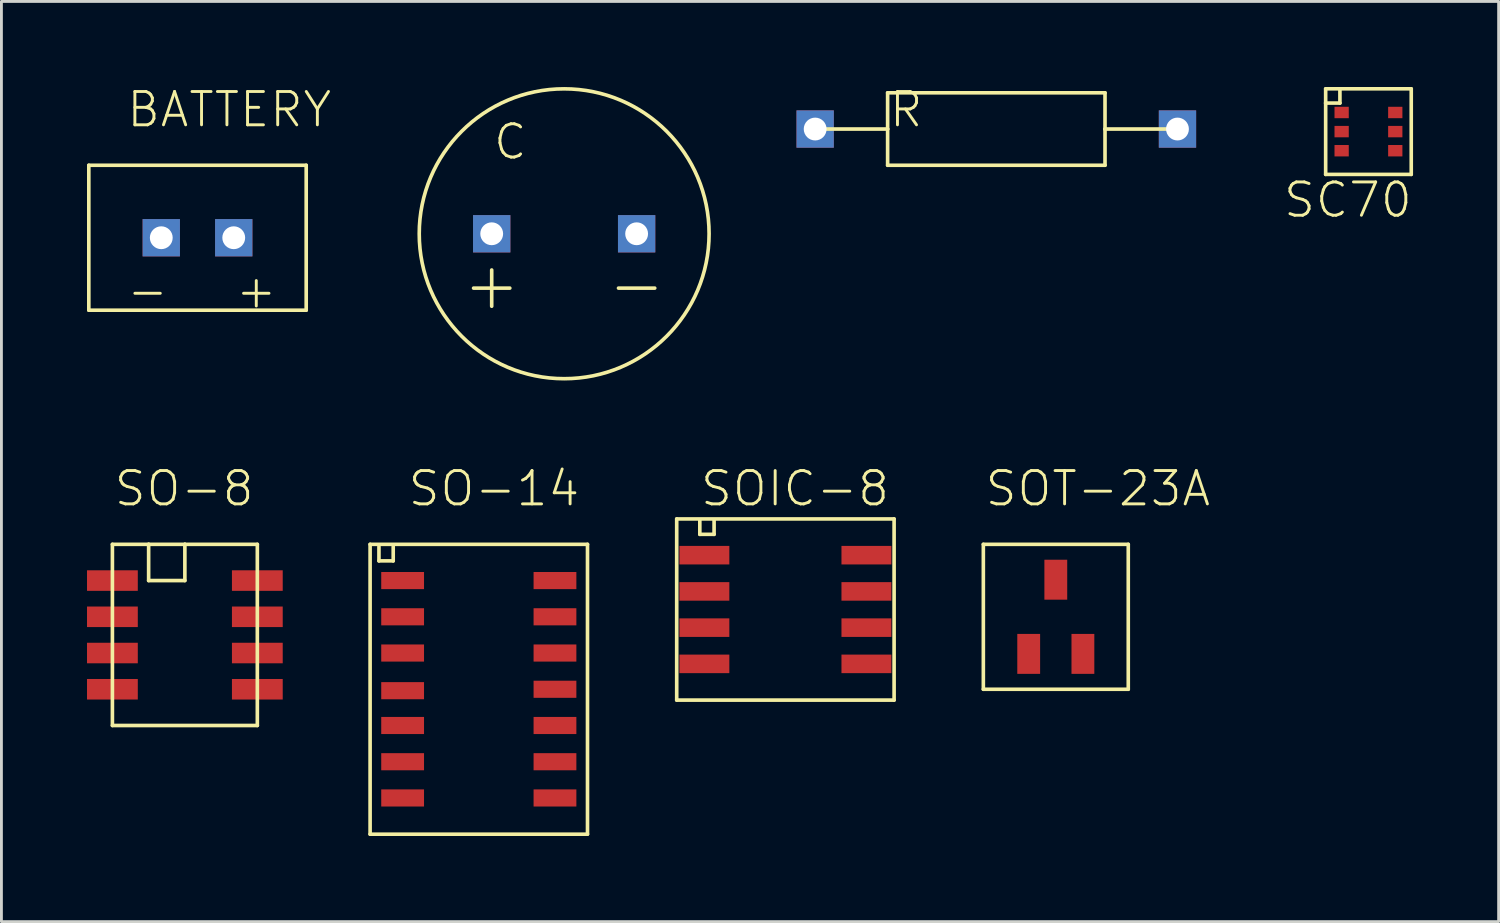
<source format=kicad_pcb>
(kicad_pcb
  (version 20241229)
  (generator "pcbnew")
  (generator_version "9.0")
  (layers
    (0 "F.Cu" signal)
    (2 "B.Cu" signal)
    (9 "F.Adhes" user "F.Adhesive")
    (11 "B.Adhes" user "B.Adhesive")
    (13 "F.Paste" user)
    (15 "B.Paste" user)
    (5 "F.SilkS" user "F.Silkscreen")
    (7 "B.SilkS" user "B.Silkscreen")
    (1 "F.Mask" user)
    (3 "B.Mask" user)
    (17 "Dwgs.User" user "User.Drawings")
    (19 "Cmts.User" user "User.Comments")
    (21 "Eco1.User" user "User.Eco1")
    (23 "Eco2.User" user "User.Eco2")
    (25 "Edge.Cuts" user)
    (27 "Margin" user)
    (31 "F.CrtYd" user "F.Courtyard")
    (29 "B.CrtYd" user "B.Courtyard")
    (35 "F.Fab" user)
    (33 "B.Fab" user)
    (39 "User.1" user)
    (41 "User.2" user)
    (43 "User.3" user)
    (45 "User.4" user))
  (footprint "SOIC-8"
    (layer "F.Cu")
    (at 24.48 17.68)
    (property "Reference" "SOIC-8" (at -3.04 -2.92 0) (layer "F.SilkS") (effects (font (size 1.168 1.168) (thickness 0.102)) (justify left bottom)))
    (fp_line (start -3.81 -2.54) (end -3.81 3.81) (stroke (width 0.127) (type solid)) (layer "F.SilkS"))
    (fp_line (start -3.81 3.81) (end 3.81 3.81) (stroke (width 0.127) (type solid)) (layer "F.SilkS"))
    (fp_line (start -3 -2.5) (end -3 -2) (stroke (width 0.127) (type solid)) (layer "F.SilkS"))
    (fp_line (start -3 -2) (end -2.5 -2) (stroke (width 0.127) (type solid)) (layer "F.SilkS"))
    (fp_line (start -2.5 -2) (end -2.5 -2.5) (stroke (width 0.127) (type solid)) (layer "F.SilkS"))
    (fp_line (start 3.81 -2.54) (end -3.81 -2.54) (stroke (width 0.127) (type solid)) (layer "F.SilkS"))
    (fp_line (start 3.81 3.81) (end 3.81 -2.54) (stroke (width 0.127) (type solid)) (layer "F.SilkS"))
    (pad "P_1" smd rect (at -2.84 -1.27) (size 1.75 0.65) (layers "F.Cu" "F.Mask" "F.Paste"))
    (pad "P_2" smd rect (at -2.84 0) (size 1.75 0.65) (layers "F.Cu" "F.Mask" "F.Paste"))
    (pad "P_3" smd rect (at -2.84 1.27) (size 1.75 0.65) (layers "F.Cu" "F.Mask" "F.Paste"))
    (pad "P_4" smd rect (at -2.84 2.54) (size 1.75 0.65) (layers "F.Cu" "F.Mask" "F.Paste"))
    (pad "P_5" smd rect (at 2.84 2.54) (size 1.75 0.65) (layers "F.Cu" "F.Mask" "F.Paste"))
    (pad "P_6" smd rect (at 2.84 1.27) (size 1.75 0.65) (layers "F.Cu" "F.Mask" "F.Paste"))
    (pad "P_7" smd rect (at 2.84 0) (size 1.75 0.65) (layers "F.Cu" "F.Mask" "F.Paste"))
    (pad "P_8" smd rect (at 2.84 -1.27) (size 1.75 0.65) (layers "F.Cu" "F.Mask" "F.Paste")))
  (footprint "R"
    (layer "F.Cu")
    (at 31.873 1.473)
    (property "Reference" "R" (at -3.81 0 0) (layer "F.SilkS") (effects (font (size 1.168 1.168) (thickness 0.102)) (justify left bottom)))
    (fp_line (start -6.35 0) (end -3.81 0) (stroke (width 0.127) (type solid)) (layer "F.SilkS"))
    (fp_line (start -3.81 -1.27) (end -3.81 0) (stroke (width 0.127) (type solid)) (layer "F.SilkS"))
    (fp_line (start -3.81 0) (end -3.81 1.27) (stroke (width 0.127) (type solid)) (layer "F.SilkS"))
    (fp_line (start -3.81 1.27) (end 3.81 1.27) (stroke (width 0.127) (type solid)) (layer "F.SilkS"))
    (fp_line (start 3.81 -1.27) (end -3.81 -1.27) (stroke (width 0.127) (type solid)) (layer "F.SilkS"))
    (fp_line (start 3.81 -1.27) (end 3.81 0) (stroke (width 0.127) (type solid)) (layer "F.SilkS"))
    (fp_line (start 3.81 0) (end 6.35 0) (stroke (width 0.127) (type solid)) (layer "F.SilkS"))
    (fp_line (start 3.81 1.27) (end 3.81 0) (stroke (width 0.127) (type solid)) (layer "F.SilkS"))
    (pad "P$1" thru_hole rect (at -6.35 0) (size 1.308 1.308) (drill 0.8) (layers "*.Cu" "*.Mask"))
    (pad "P$2" thru_hole rect (at 6.35 0) (size 1.308 1.308) (drill 0.8) (layers "*.Cu" "*.Mask")))
  (footprint "C"
    (layer "F.Cu")
    (at 16.725 5.144)
    (property "Reference" "C" (at -2.54 -2.54 0) (layer "F.SilkS") (effects (font (size 1.168 1.168) (thickness 0.102)) (justify left bottom)))
    (fp_line (start -3.175 1.905) (end -1.905 1.905) (stroke (width 0.127) (type solid)) (layer "F.SilkS"))
    (fp_line (start -2.54 1.27) (end -2.54 2.54) (stroke (width 0.127) (type solid)) (layer "F.SilkS"))
    (fp_line (start 1.905 1.905) (end 3.175 1.905) (stroke (width 0.127) (type solid)) (layer "F.SilkS"))
    (fp_circle (center 0 0) (end 5.08 0) (stroke (width 0.127) (type solid)) (fill no) (layer "F.SilkS"))
    (pad "PIN_GND" thru_hole rect (at 2.54 0) (size 1.308 1.308) (drill 0.8) (layers "*.Cu" "*.Mask"))
    (pad "PIN_PLUS" thru_hole rect (at -2.54 0) (size 1.308 1.308) (drill 0.8) (layers "*.Cu" "*.Mask")))
  (footprint "SC70"
    (layer "F.Cu")
    (at 44.917 1.563)
    (property "Reference" "SC70" (at -3.04 3.08 0) (layer "F.SilkS") (effects (font (size 1.168 1.168) (thickness 0.102)) (justify left bottom)))
    (fp_line (start -1.5 -1.5) (end -1.5 -1) (stroke (width 0.127) (type solid)) (layer "F.SilkS"))
    (fp_line (start -1.5 -1.5) (end -1 -1.5) (stroke (width 0.127) (type solid)) (layer "F.SilkS"))
    (fp_line (start -1.5 -1) (end -1.5 1.5) (stroke (width 0.127) (type solid)) (layer "F.SilkS"))
    (fp_line (start -1.5 1.5) (end 1.5 1.5) (stroke (width 0.127) (type solid)) (layer "F.SilkS"))
    (fp_line (start -1 -1.5) (end -1 -1) (stroke (width 0.127) (type solid)) (layer "F.SilkS"))
    (fp_line (start -1 -1) (end -1.5 -1) (stroke (width 0.127) (type solid)) (layer "F.SilkS"))
    (fp_line (start 1.5 -1.5) (end -1 -1.5) (stroke (width 0.127) (type solid)) (layer "F.SilkS"))
    (fp_line (start 1.5 1.5) (end 1.5 -1.5) (stroke (width 0.127) (type solid)) (layer "F.SilkS"))
    (pad "P1" smd rect (at -0.94 -0.67) (size 0.5 0.4) (layers "F.Cu" "F.Mask" "F.Paste"))
    (pad "P2" smd rect (at -0.94 0) (size 0.5 0.4) (layers "F.Cu" "F.Mask" "F.Paste"))
    (pad "P3" smd rect (at -0.94 0.67) (size 0.5 0.4) (layers "F.Cu" "F.Mask" "F.Paste"))
    (pad "P4" smd rect (at 0.94 0.67) (size 0.5 0.4) (layers "F.Cu" "F.Mask" "F.Paste"))
    (pad "P5" smd rect (at 0.94 0) (size 0.5 0.4) (layers "F.Cu" "F.Mask" "F.Paste"))
    (pad "P6" smd rect (at 0.94 -0.67) (size 0.5 0.4) (layers "F.Cu" "F.Mask" "F.Paste")))
  (footprint "BATTERY"
    (layer "F.Cu")
    (at 3.873 5.283)
    (property "Reference" "BATTERY" (at -2.54 -3.81 0) (layer "F.SilkS") (effects (font (size 1.168 1.168) (thickness 0.102)) (justify left bottom)))
    (fp_line (start -3.81 -2.54) (end -3.81 2.54) (stroke (width 0.127) (type solid)) (layer "F.SilkS"))
    (fp_line (start -3.81 2.54) (end 3.81 2.54) (stroke (width 0.127) (type solid)) (layer "F.SilkS"))
    (fp_line (start 3.81 -2.54) (end -3.81 -2.54) (stroke (width 0.127) (type solid)) (layer "F.SilkS"))
    (fp_line (start 3.81 2.54) (end 3.81 -2.54) (stroke (width 0.127) (type solid)) (layer "F.SilkS"))
    (fp_text user "+" (at 1.27 2.54 0) (layer "F.SilkS") (effects (font (size 1.168 1.168) (thickness 0.102)) (justify left bottom)))
    (fp_text user "-" (at -2.54 2.54 0) (layer "F.SilkS") (effects (font (size 1.168 1.168) (thickness 0.102)) (justify left bottom)))
    (pad "MINUS" thru_hole rect (at -1.27 0) (size 1.308 1.308) (drill 0.8) (layers "*.Cu" "*.Mask"))
    (pad "PLUS" thru_hole rect (at 1.27 0) (size 1.308 1.308) (drill 0.8) (layers "*.Cu" "*.Mask")))
  (footprint "SO-14"
    (layer "F.Cu")
    (at 13.733 21.11)
    (property "Reference" "SO-14" (at -2.54 -6.35 0) (layer "F.SilkS") (effects (font (size 1.168 1.168) (thickness 0.102)) (justify left bottom)))
    (fp_line (start -3.81 -5.08) (end -3.81 5.08) (stroke (width 0.127) (type solid)) (layer "F.SilkS"))
    (fp_line (start -3.81 5.08) (end 3.81 5.08) (stroke (width 0.127) (type solid)) (layer "F.SilkS"))
    (fp_line (start -3.5 -5) (end -3.5 -4.5) (stroke (width 0.127) (type solid)) (layer "F.SilkS"))
    (fp_line (start -3.5 -4.5) (end -3 -4.5) (stroke (width 0.127) (type solid)) (layer "F.SilkS"))
    (fp_line (start -3 -4.5) (end -3 -5) (stroke (width 0.127) (type solid)) (layer "F.SilkS"))
    (fp_line (start 3.81 -5.08) (end -3.81 -5.08) (stroke (width 0.127) (type solid)) (layer "F.SilkS"))
    (fp_line (start 3.81 5.08) (end 3.81 -5.08) (stroke (width 0.127) (type solid)) (layer "F.SilkS"))
    (pad "P1" smd rect (at -2.67 -3.81) (size 1.5 0.6) (layers "F.Cu" "F.Mask" "F.Paste"))
    (pad "P2" smd rect (at -2.67 -2.54) (size 1.5 0.6) (layers "F.Cu" "F.Mask" "F.Paste"))
    (pad "P3" smd rect (at -2.67 -1.27) (size 1.5 0.6) (layers "F.Cu" "F.Mask" "F.Paste"))
    (pad "P4" smd rect (at -2.67 0.05) (size 1.5 0.6) (layers "F.Cu" "F.Mask" "F.Paste"))
    (pad "P5" smd rect (at -2.67 1.27) (size 1.5 0.6) (layers "F.Cu" "F.Mask" "F.Paste"))
    (pad "P6" smd rect (at -2.67 2.54) (size 1.5 0.6) (layers "F.Cu" "F.Mask" "F.Paste"))
    (pad "P7" smd rect (at -2.67 3.81) (size 1.5 0.6) (layers "F.Cu" "F.Mask" "F.Paste"))
    (pad "P8" smd rect (at 2.67 3.81) (size 1.5 0.6) (layers "F.Cu" "F.Mask" "F.Paste"))
    (pad "P9" smd rect (at 2.67 2.54) (size 1.5 0.6) (layers "F.Cu" "F.Mask" "F.Paste"))
    (pad "P10" smd rect (at 2.67 1.27) (size 1.5 0.6) (layers "F.Cu" "F.Mask" "F.Paste"))
    (pad "P11" smd rect (at 2.67 0) (size 1.5 0.6) (layers "F.Cu" "F.Mask" "F.Paste"))
    (pad "P12" smd rect (at 2.67 -1.27) (size 1.5 0.6) (layers "F.Cu" "F.Mask" "F.Paste"))
    (pad "P13" smd rect (at 2.67 -2.54) (size 1.5 0.6) (layers "F.Cu" "F.Mask" "F.Paste"))
    (pad "P14" smd rect (at 2.67 -3.81) (size 1.5 0.6) (layers "F.Cu" "F.Mask" "F.Paste")))
  (footprint "SO-8"
    (layer "F.Cu")
    (at 3.43 19.84)
    (property "Reference" "SO-8" (at -2.54 -5.08 0) (layer "F.SilkS") (effects (font (size 1.168 1.168) (thickness 0.102)) (justify left bottom)))
    (fp_line (start -2.54 -3.81) (end -2.54 2.54) (stroke (width 0.127) (type solid)) (layer "F.SilkS"))
    (fp_line (start -2.54 2.54) (end 2.54 2.54) (stroke (width 0.127) (type solid)) (layer "F.SilkS"))
    (fp_line (start -1.27 -3.81) (end -2.54 -3.81) (stroke (width 0.127) (type solid)) (layer "F.SilkS"))
    (fp_line (start -1.27 -3.81) (end -1.27 -2.54) (stroke (width 0.127) (type solid)) (layer "F.SilkS"))
    (fp_line (start -1.27 -2.54) (end 0 -2.54) (stroke (width 0.127) (type solid)) (layer "F.SilkS"))
    (fp_line (start 0 -3.81) (end -1.27 -3.81) (stroke (width 0.127) (type solid)) (layer "F.SilkS"))
    (fp_line (start 0 -2.54) (end 0 -3.81) (stroke (width 0.127) (type solid)) (layer "F.SilkS"))
    (fp_line (start 2.54 -3.81) (end 0 -3.81) (stroke (width 0.127) (type solid)) (layer "F.SilkS"))
    (fp_line (start 2.54 2.54) (end 2.54 -3.81) (stroke (width 0.127) (type solid)) (layer "F.SilkS"))
    (pad "P1" smd rect (at -2.54 -2.54) (size 1.78 0.72) (layers "F.Cu" "F.Mask" "F.Paste"))
    (pad "P2" smd rect (at -2.54 -1.27) (size 1.78 0.72) (layers "F.Cu" "F.Mask" "F.Paste"))
    (pad "P3" smd rect (at -2.54 0) (size 1.78 0.72) (layers "F.Cu" "F.Mask" "F.Paste"))
    (pad "P4" smd rect (at -2.54 1.27) (size 1.78 0.72) (layers "F.Cu" "F.Mask" "F.Paste"))
    (pad "P5" smd rect (at 2.54 1.27) (size 1.78 0.72) (layers "F.Cu" "F.Mask" "F.Paste"))
    (pad "P6" smd rect (at 2.54 0) (size 1.78 0.72) (layers "F.Cu" "F.Mask" "F.Paste"))
    (pad "P7" smd rect (at 2.54 -1.27) (size 1.78 0.72) (layers "F.Cu" "F.Mask" "F.Paste"))
    (pad "P8" smd rect (at 2.54 -2.54) (size 1.78 0.72) (layers "F.Cu" "F.Mask" "F.Paste")))
  (footprint "SOT-23A"
    (layer "F.Cu")
    (at 33.958 18.57)
    (property "Reference" "SOT-23A" (at -2.54 -3.81 0) (layer "F.SilkS") (effects (font (size 1.168 1.168) (thickness 0.102)) (justify left bottom)))
    (fp_line (start -2.54 -2.54) (end -2.54 2.54) (stroke (width 0.127) (type solid)) (layer "F.SilkS"))
    (fp_line (start -2.54 2.54) (end 2.54 2.54) (stroke (width 0.127) (type solid)) (layer "F.SilkS"))
    (fp_line (start 2.54 -2.54) (end -2.54 -2.54) (stroke (width 0.127) (type solid)) (layer "F.SilkS"))
    (fp_line (start 2.54 2.54) (end 2.54 -2.54) (stroke (width 0.127) (type solid)) (layer "F.SilkS"))
    (pad "P1" smd rect (at -0.95 1.3 90) (size 1.4 0.8) (layers "F.Cu" "F.Mask" "F.Paste"))
    (pad "P2" smd rect (at 0.95 1.3 90) (size 1.4 0.8) (layers "F.Cu" "F.Mask" "F.Paste"))
    (pad "P3" smd rect (at 0 -1.3 90) (size 1.4 0.8) (layers "F.Cu" "F.Mask" "F.Paste")))
  (gr_rect
    (start -3 -3)
    (end 49.48 29.254)
    (stroke (width 0.1) (type default))
    (fill no)
    (layer "Edge.Cuts")))
</source>
